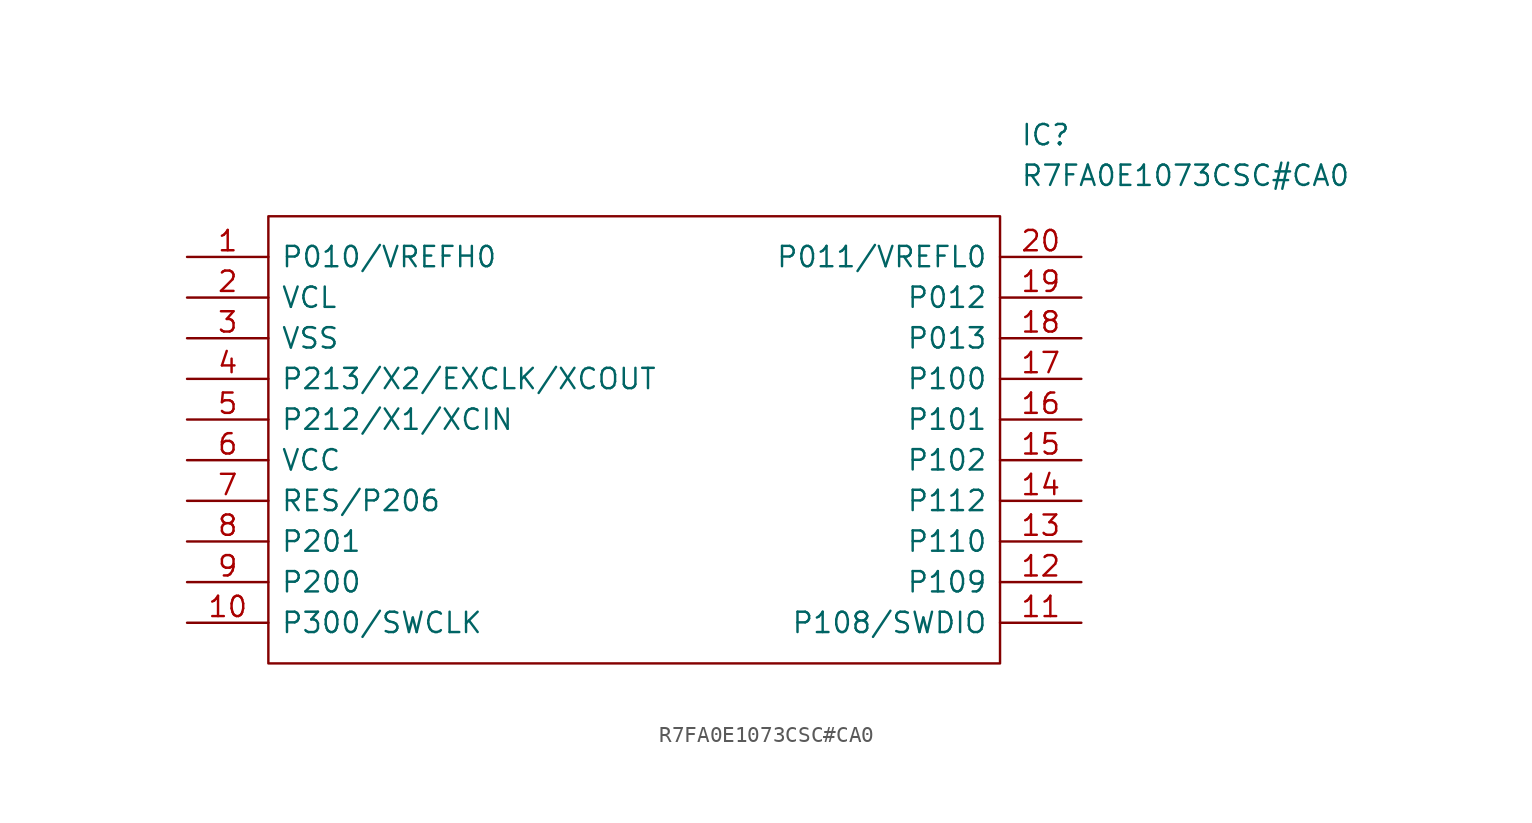
<source format=kicad_sym>
(kicad_symbol_lib
  (version 20220914)
  (generator kicad_symbol_editor)
  (symbol "R7FA0E1073CSC#CA0"
    (pin_names
      (offset 0.762))
    (property "Reference" "IC"
      (at 52.07 7.62 0)
      (effects (font (size 1.27 1.27)) (justify left)))
    (property "Value" "R7FA0E1073CSC#CA0"
      (at 52.07 5.08 0)
      (effects (font (size 1.27 1.27)) (justify left)))
    (symbol "R7FA0E1073CSC#CA0_0_0"
      (pin passive line (at 0 0 0) (length 5.08) (name "P010/VREFH0" (effects (font (size 1.27 1.27)))) (number "1" (effects (font (size 1.27 1.27)))))
      (pin passive line (at 0 -22.86 0) (length 5.08) (name "P300/SWCLK" (effects (font (size 1.27 1.27)))) (number "10" (effects (font (size 1.27 1.27)))))
      (pin passive line (at 55.88 -22.86 180) (length 5.08) (name "P108/SWDIO" (effects (font (size 1.27 1.27)))) (number "11" (effects (font (size 1.27 1.27)))))
      (pin passive line (at 55.88 -20.32 180) (length 5.08) (name "P109" (effects (font (size 1.27 1.27)))) (number "12" (effects (font (size 1.27 1.27)))))
      (pin passive line (at 55.88 -17.78 180) (length 5.08) (name "P110" (effects (font (size 1.27 1.27)))) (number "13" (effects (font (size 1.27 1.27)))))
      (pin passive line (at 55.88 -15.24 180) (length 5.08) (name "P112" (effects (font (size 1.27 1.27)))) (number "14" (effects (font (size 1.27 1.27)))))
      (pin passive line (at 55.88 -12.7 180) (length 5.08) (name "P102" (effects (font (size 1.27 1.27)))) (number "15" (effects (font (size 1.27 1.27)))))
      (pin passive line (at 55.88 -10.16 180) (length 5.08) (name "P101" (effects (font (size 1.27 1.27)))) (number "16" (effects (font (size 1.27 1.27)))))
      (pin passive line (at 55.88 -7.62 180) (length 5.08) (name "P100" (effects (font (size 1.27 1.27)))) (number "17" (effects (font (size 1.27 1.27)))))
      (pin passive line (at 55.88 -5.08 180) (length 5.08) (name "P013" (effects (font (size 1.27 1.27)))) (number "18" (effects (font (size 1.27 1.27)))))
      (pin passive line (at 55.88 -2.54 180) (length 5.08) (name "P012" (effects (font (size 1.27 1.27)))) (number "19" (effects (font (size 1.27 1.27)))))
      (pin passive line (at 0 -2.54 0) (length 5.08) (name "VCL" (effects (font (size 1.27 1.27)))) (number "2" (effects (font (size 1.27 1.27)))))
      (pin passive line (at 55.88 0 180) (length 5.08) (name "P011/VREFL0" (effects (font (size 1.27 1.27)))) (number "20" (effects (font (size 1.27 1.27)))))
      (pin passive line (at 0 -5.08 0) (length 5.08) (name "VSS" (effects (font (size 1.27 1.27)))) (number "3" (effects (font (size 1.27 1.27)))))
      (pin passive line (at 0 -7.62 0) (length 5.08) (name "P213/X2/EXCLK/XCOUT" (effects (font (size 1.27 1.27)))) (number "4" (effects (font (size 1.27 1.27)))))
      (pin passive line (at 0 -10.16 0) (length 5.08) (name "P212/X1/XCIN" (effects (font (size 1.27 1.27)))) (number "5" (effects (font (size 1.27 1.27)))))
      (pin passive line (at 0 -12.7 0) (length 5.08) (name "VCC" (effects (font (size 1.27 1.27)))) (number "6" (effects (font (size 1.27 1.27)))))
      (pin passive line (at 0 -15.24 0) (length 5.08) (name "RES/P206" (effects (font (size 1.27 1.27)))) (number "7" (effects (font (size 1.27 1.27)))))
      (pin passive line (at 0 -17.78 0) (length 5.08) (name "P201" (effects (font (size 1.27 1.27)))) (number "8" (effects (font (size 1.27 1.27)))))
      (pin passive line (at 0 -20.32 0) (length 5.08) (name "P200" (effects (font (size 1.27 1.27)))) (number "9" (effects (font (size 1.27 1.27))))))
    (symbol "R7FA0E1073CSC#CA0_0_1"
      (polyline (pts (xy 5.08 2.54) (xy 50.8 2.54) (xy 50.8 -25.4) (xy 5.08 -25.4) (xy 5.08 2.54)) (stroke (width 0.152) (type solid)) (fill (type none))))))
</source>
